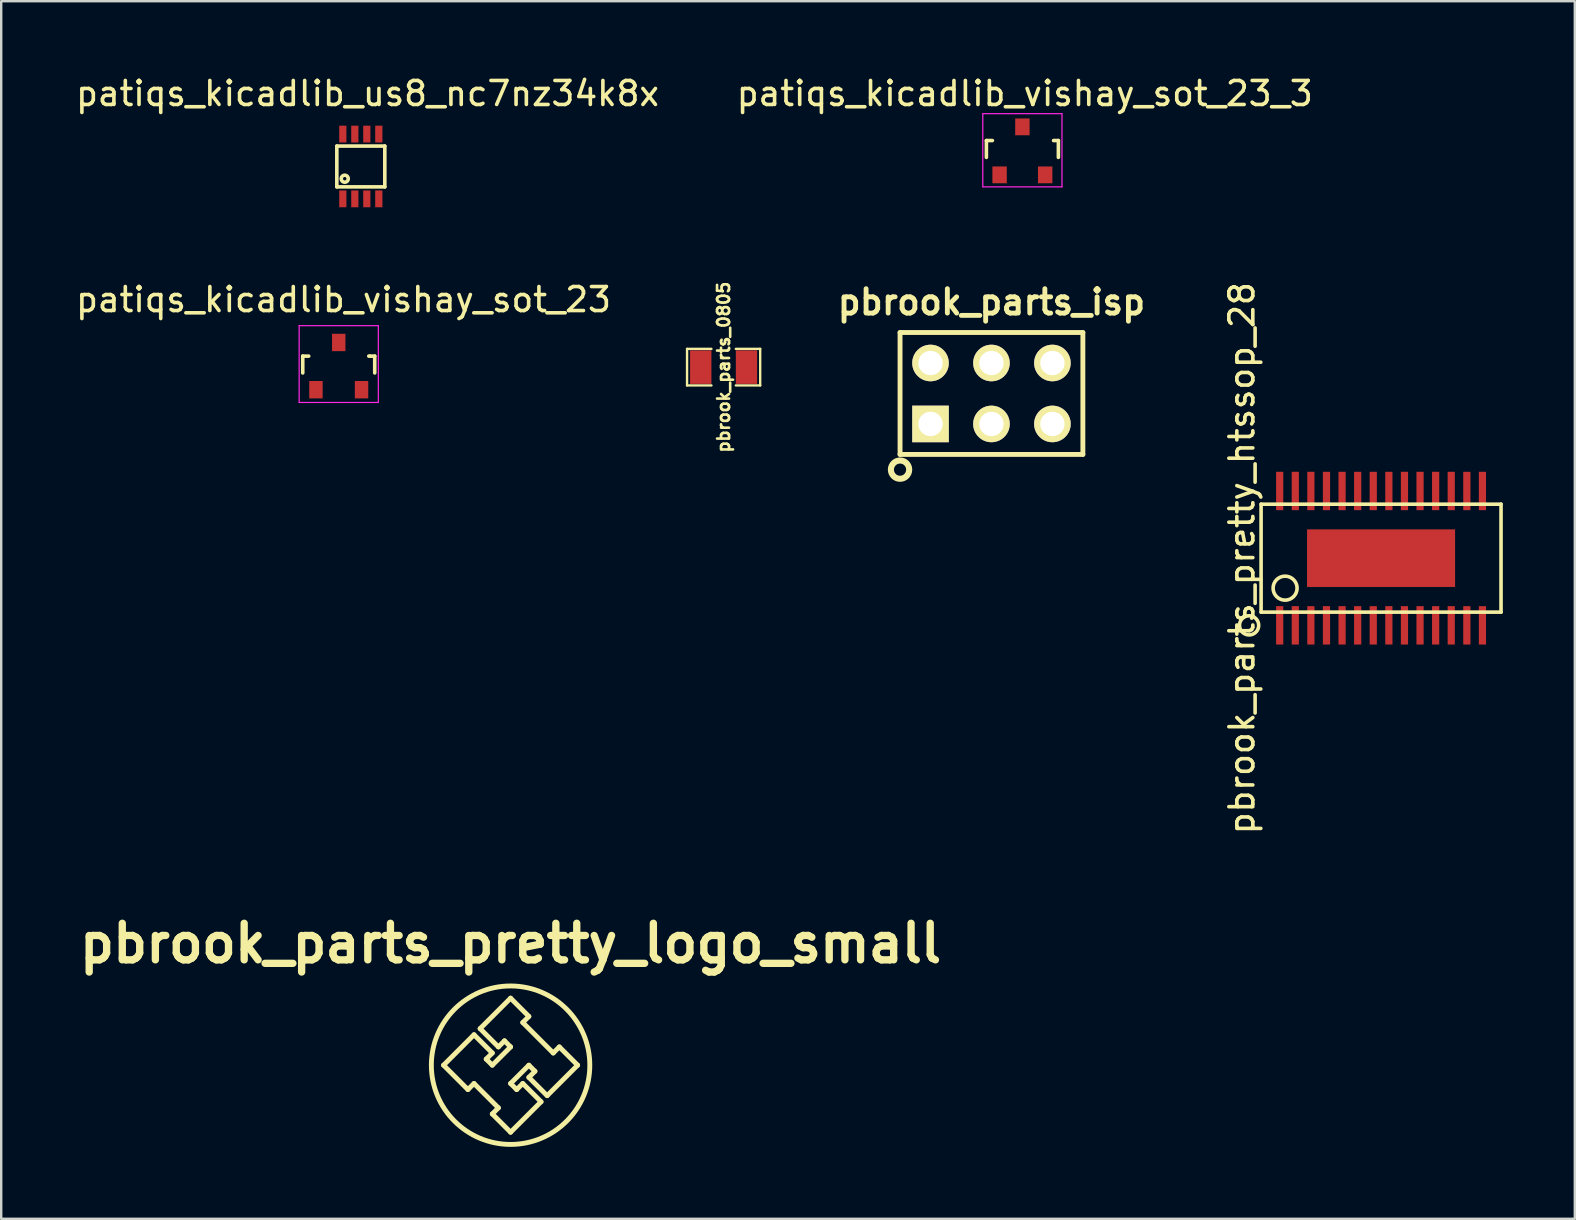
<source format=kicad_pcb>
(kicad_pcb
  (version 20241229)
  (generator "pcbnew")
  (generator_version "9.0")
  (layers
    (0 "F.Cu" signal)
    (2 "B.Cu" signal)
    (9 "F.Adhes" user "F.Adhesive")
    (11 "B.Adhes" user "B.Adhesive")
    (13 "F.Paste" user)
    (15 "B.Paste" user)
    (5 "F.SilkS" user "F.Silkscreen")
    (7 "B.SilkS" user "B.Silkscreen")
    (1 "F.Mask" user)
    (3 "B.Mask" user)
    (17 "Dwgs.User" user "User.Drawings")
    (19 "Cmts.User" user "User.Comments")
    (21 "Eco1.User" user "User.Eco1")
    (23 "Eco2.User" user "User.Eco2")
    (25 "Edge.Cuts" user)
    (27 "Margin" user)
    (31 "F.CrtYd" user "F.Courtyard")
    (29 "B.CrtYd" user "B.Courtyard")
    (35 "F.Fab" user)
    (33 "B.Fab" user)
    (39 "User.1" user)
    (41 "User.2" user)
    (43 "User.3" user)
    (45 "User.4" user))
  (footprint "pbrook_parts_pretty_htssop_28"
    (layer "F.Cu")
    (at 54.51 20.213)
    (property "Reference" "pbrook_parts_pretty_htssop_28" (at -5.8 0 270) (layer "F.SilkS") (effects (font (size 1 1) (thickness 0.15))))
    (attr through_hole)
    (fp_line (start -5 -2.25) (end -5 2.25) (stroke (width 0.15) (type solid)) (layer "F.SilkS"))
    (fp_line (start -5 2.25) (end 5 2.25) (stroke (width 0.15) (type solid)) (layer "F.SilkS"))
    (fp_line (start 5 -2.25) (end -5 -2.25) (stroke (width 0.15) (type solid)) (layer "F.SilkS"))
    (fp_line (start 5 2.25) (end 5 -2.25) (stroke (width 0.15) (type solid)) (layer "F.SilkS"))
    (fp_circle (center -5.5 2.8) (end -5.1 2.8) (stroke (width 0.15) (type solid)) (fill no) (layer "F.SilkS"))
    (fp_circle (center -4 1.25) (end -3.5 1.25) (stroke (width 0.15) (type solid)) (fill no) (layer "F.SilkS"))
    (pad "1" smd rect (at -4.225 2.8) (size 0.3 1.6) (layers "F.Cu" "F.Mask" "F.Paste"))
    (pad "2" smd rect (at -3.575 2.8) (size 0.3 1.6) (layers "F.Cu" "F.Mask" "F.Paste"))
    (pad "3" smd rect (at -2.925 2.8) (size 0.3 1.6) (layers "F.Cu" "F.Mask" "F.Paste"))
    (pad "4" smd rect (at -2.275 2.8) (size 0.3 1.6) (layers "F.Cu" "F.Mask" "F.Paste"))
    (pad "5" smd rect (at -1.625 2.8) (size 0.3 1.6) (layers "F.Cu" "F.Mask" "F.Paste"))
    (pad "6" smd rect (at -0.975 2.8) (size 0.3 1.6) (layers "F.Cu" "F.Mask" "F.Paste"))
    (pad "7" smd rect (at -0.325 2.8) (size 0.3 1.6) (layers "F.Cu" "F.Mask" "F.Paste"))
    (pad "8" smd rect (at 0.325 2.8) (size 0.3 1.6) (layers "F.Cu" "F.Mask" "F.Paste"))
    (pad "9" smd rect (at 0.975 2.8) (size 0.3 1.6) (layers "F.Cu" "F.Mask" "F.Paste"))
    (pad "10" smd rect (at 1.625 2.8) (size 0.3 1.6) (layers "F.Cu" "F.Mask" "F.Paste"))
    (pad "11" smd rect (at 2.275 2.8) (size 0.3 1.6) (layers "F.Cu" "F.Mask" "F.Paste"))
    (pad "12" smd rect (at 2.925 2.8) (size 0.3 1.6) (layers "F.Cu" "F.Mask" "F.Paste"))
    (pad "13" smd rect (at 3.575 2.8) (size 0.3 1.6) (layers "F.Cu" "F.Mask" "F.Paste"))
    (pad "14" smd rect (at 4.225 2.8) (size 0.3 1.6) (layers "F.Cu" "F.Mask" "F.Paste"))
    (pad "15" smd rect (at 4.225 -2.8) (size 0.3 1.6) (layers "F.Cu" "F.Mask" "F.Paste"))
    (pad "16" smd rect (at 3.575 -2.8) (size 0.3 1.6) (layers "F.Cu" "F.Mask" "F.Paste"))
    (pad "17" smd rect (at 2.925 -2.8) (size 0.3 1.6) (layers "F.Cu" "F.Mask" "F.Paste"))
    (pad "18" smd rect (at 2.275 -2.8) (size 0.3 1.6) (layers "F.Cu" "F.Mask" "F.Paste"))
    (pad "19" smd rect (at 1.625 -2.8) (size 0.3 1.6) (layers "F.Cu" "F.Mask" "F.Paste"))
    (pad "20" smd rect (at 0.975 -2.8) (size 0.3 1.6) (layers "F.Cu" "F.Mask" "F.Paste"))
    (pad "21" smd rect (at 0.325 -2.8) (size 0.3 1.6) (layers "F.Cu" "F.Mask" "F.Paste"))
    (pad "22" smd rect (at -0.325 -2.8) (size 0.3 1.6) (layers "F.Cu" "F.Mask" "F.Paste"))
    (pad "23" smd rect (at -0.975 -2.8) (size 0.3 1.6) (layers "F.Cu" "F.Mask" "F.Paste"))
    (pad "24" smd rect (at -1.625 -2.8) (size 0.3 1.6) (layers "F.Cu" "F.Mask" "F.Paste"))
    (pad "25" smd rect (at -2.275 -2.8) (size 0.3 1.6) (layers "F.Cu" "F.Mask" "F.Paste"))
    (pad "26" smd rect (at -2.925 -2.8) (size 0.3 1.6) (layers "F.Cu" "F.Mask" "F.Paste"))
    (pad "27" smd rect (at -3.575 -2.8) (size 0.3 1.6) (layers "F.Cu" "F.Mask" "F.Paste"))
    (pad "28" smd rect (at -4.225 -2.8) (size 0.3 1.6) (layers "F.Cu" "F.Mask" "F.Paste"))
    (pad "29" smd rect (at 0 0) (size 6.17 2.4) (layers "F.Cu" "F.Mask" "F.Paste")))
  (footprint "patiqs_kicadlib_vishay_sot_23"
    (layer "F.Cu")
    (at 11.068 12.207)
    (property "Reference" "patiqs_kicadlib_vishay_sot_23" (at 0.2 -2.77 0) (layer "F.SilkS") (effects (font (size 1 1) (thickness 0.15))))
    (attr smd)
    (fp_line (start -1.5 -0.415) (end -1.251 -0.415) (stroke (width 0.15) (type solid)) (layer "F.SilkS"))
    (fp_line (start -1.5 0.286) (end -1.5 -0.415) (stroke (width 0.15) (type solid)) (layer "F.SilkS"))
    (fp_line (start 1.299 -0.415) (end 1.251 -0.415) (stroke (width 0.15) (type solid)) (layer "F.SilkS"))
    (fp_line (start 1.299 -0.415) (end 1.5 -0.415) (stroke (width 0.15) (type solid)) (layer "F.SilkS"))
    (fp_line (start 1.5 -0.415) (end 1.5 0.286) (stroke (width 0.15) (type solid)) (layer "F.SilkS"))
    (fp_line (start -1.65 -1.684) (end 1.65 -1.684) (stroke (width 0.05) (type solid)) (layer "F.CrtYd"))
    (fp_line (start -1.65 1.516) (end -1.65 -1.684) (stroke (width 0.05) (type solid)) (layer "F.CrtYd"))
    (fp_line (start 1.65 -1.684) (end 1.65 1.516) (stroke (width 0.05) (type solid)) (layer "F.CrtYd"))
    (fp_line (start 1.65 1.516) (end -1.65 1.516) (stroke (width 0.05) (type solid)) (layer "F.CrtYd"))
    (pad "D" smd rect (at 0 -0.984) (size 0.559 0.724) (layers "F.Cu" "F.Mask" "F.Paste"))
    (pad "G" smd rect (at -0.95 0.985) (size 0.559 0.724) (layers "F.Cu" "F.Mask" "F.Paste"))
    (pad "S" smd rect (at 0.95 0.985) (size 0.559 0.724) (layers "F.Cu" "F.Mask" "F.Paste")))
  (footprint "patiqs_kicadlib_us8_nc7nz34k8x"
    (layer "F.Cu")
    (at 11.988 3.888)
    (property "Reference" "patiqs_kicadlib_us8_nc7nz34k8x" (at 0.28 -3.04 0) (layer "F.SilkS") (effects (font (size 1 1) (thickness 0.15))))
    (attr through_hole)
    (fp_line (start -1 -0.85) (end 1 -0.85) (stroke (width 0.15) (type solid)) (layer "F.SilkS"))
    (fp_line (start -1 0.85) (end -1 -0.85) (stroke (width 0.15) (type solid)) (layer "F.SilkS"))
    (fp_line (start 1 -0.85) (end 1 0.85) (stroke (width 0.15) (type solid)) (layer "F.SilkS"))
    (fp_line (start 1 0.85) (end -1 0.85) (stroke (width 0.15) (type solid)) (layer "F.SilkS"))
    (fp_circle (center -0.67 0.51) (end -0.54 0.44) (stroke (width 0.15) (type solid)) (fill no) (layer "F.SilkS"))
    (pad "1" smd rect (at -0.75 1.35) (size 0.3 0.7) (layers "F.Cu" "F.Mask" "F.Paste"))
    (pad "2" smd rect (at -0.25 1.35) (size 0.3 0.7) (layers "F.Cu" "F.Mask" "F.Paste"))
    (pad "3" smd rect (at 0.25 1.35) (size 0.3 0.7) (layers "F.Cu" "F.Mask" "F.Paste"))
    (pad "4" smd rect (at 0.75 1.35) (size 0.3 0.7) (layers "F.Cu" "F.Mask" "F.Paste"))
    (pad "5" smd rect (at 0.75 -1.35) (size 0.3 0.7) (layers "F.Cu" "F.Mask" "F.Paste"))
    (pad "6" smd rect (at 0.25 -1.35) (size 0.3 0.7) (layers "F.Cu" "F.Mask" "F.Paste"))
    (pad "7" smd rect (at -0.25 -1.35) (size 0.3 0.7) (layers "F.Cu" "F.Mask" "F.Paste"))
    (pad "8" smd rect (at -0.75 -1.35) (size 0.3 0.7) (layers "F.Cu" "F.Mask" "F.Paste")))
  (footprint "pbrook_parts_isp"
    (layer "F.Cu")
    (at 38.272 13.349)
    (property "Reference" "pbrook_parts_isp" (at 0 -3.81 0) (layer "F.SilkS") (effects (font (size 1.016 1.016) (thickness 0.203))))
    (attr through_hole)
    (fp_line (start -3.81 -2.54) (end 3.81 -2.54) (stroke (width 0.203) (type solid)) (layer "F.SilkS"))
    (fp_line (start -3.81 2.54) (end -3.81 -2.54) (stroke (width 0.203) (type solid)) (layer "F.SilkS"))
    (fp_line (start 3.81 -2.54) (end 3.81 2.54) (stroke (width 0.203) (type solid)) (layer "F.SilkS"))
    (fp_line (start 3.81 2.54) (end -3.81 2.54) (stroke (width 0.203) (type solid)) (layer "F.SilkS"))
    (fp_circle (center -3.81 3.175) (end -3.429 3.175) (stroke (width 0.254) (type solid)) (fill no) (layer "F.SilkS"))
    (pad "1" thru_hole rect (at -2.54 1.27) (size 1.524 1.524) (drill 1.016) (layers "*.Cu" "*.Mask" "F.SilkS"))
    (pad "2" thru_hole circle (at -2.54 -1.27) (size 1.524 1.524) (drill 1.016) (layers "*.Cu" "*.Mask" "F.SilkS"))
    (pad "3" thru_hole circle (at 0 1.27) (size 1.524 1.524) (drill 1.016) (layers "*.Cu" "*.Mask" "F.SilkS"))
    (pad "4" thru_hole circle (at 0 -1.27) (size 1.524 1.524) (drill 1.016) (layers "*.Cu" "*.Mask" "F.SilkS"))
    (pad "5" thru_hole circle (at 2.54 1.27) (size 1.524 1.524) (drill 1.016) (layers "*.Cu" "*.Mask" "F.SilkS"))
    (pad "6" thru_hole circle (at 2.54 -1.27) (size 1.524 1.524) (drill 1.016) (layers "*.Cu" "*.Mask" "F.SilkS")))
  (footprint "pbrook_parts_0805"
    (layer "F.Cu")
    (at 27.109 12.252)
    (property "Reference" "pbrook_parts_0805" (at 0 0 90) (layer "F.SilkS") (effects (font (size 0.5 0.5) (thickness 0.109))))
    (attr smd)
    (fp_line (start -1.524 -0.762) (end -0.508 -0.762) (stroke (width 0.099) (type solid)) (layer "F.SilkS"))
    (fp_line (start -1.524 0.762) (end -1.524 -0.762) (stroke (width 0.099) (type solid)) (layer "F.SilkS"))
    (fp_line (start -0.508 0.762) (end -1.524 0.762) (stroke (width 0.099) (type solid)) (layer "F.SilkS"))
    (fp_line (start 0.508 -0.762) (end 1.524 -0.762) (stroke (width 0.099) (type solid)) (layer "F.SilkS"))
    (fp_line (start 1.524 -0.762) (end 1.524 0.762) (stroke (width 0.099) (type solid)) (layer "F.SilkS"))
    (fp_line (start 1.524 0.762) (end 0.508 0.762) (stroke (width 0.099) (type solid)) (layer "F.SilkS"))
    (pad "1" smd rect (at -0.953 0) (size 0.889 1.397) (layers "F.Cu" "F.Mask" "F.Paste"))
    (pad "2" smd rect (at 0.953 0) (size 0.889 1.397) (layers "F.Cu" "F.Mask" "F.Paste")))
  (footprint "pbrook_parts_pretty_logo_small"
    (layer "F.Cu")
    (at 18.23 41.345)
    (property "Reference" "pbrook_parts_pretty_logo_small" (at 0 -5.08 0) (layer "F.SilkS") (effects (font (size 1.524 1.524) (thickness 0.305))))
    (attr through_hole)
    (fp_line (start -2.794 0) (end -1.778 1.016) (stroke (width 0.203) (type solid)) (layer "F.SilkS"))
    (fp_line (start -1.778 1.016) (end -1.524 0.762) (stroke (width 0.203) (type solid)) (layer "F.SilkS"))
    (fp_line (start -1.524 -1.27) (end -2.794 0) (stroke (width 0.203) (type solid)) (layer "F.SilkS"))
    (fp_line (start -1.524 0.762) (end -0.508 1.778) (stroke (width 0.203) (type solid)) (layer "F.SilkS"))
    (fp_line (start -1.27 -1.524) (end -0.508 -0.762) (stroke (width 0.203) (type solid)) (layer "F.SilkS"))
    (fp_line (start -1.016 -0.254) (end -0.762 -0.508) (stroke (width 0.203) (type solid)) (layer "F.SilkS"))
    (fp_line (start -0.762 -0.508) (end -1.524 -1.27) (stroke (width 0.203) (type solid)) (layer "F.SilkS"))
    (fp_line (start -0.762 0) (end -1.016 -0.254) (stroke (width 0.203) (type solid)) (layer "F.SilkS"))
    (fp_line (start -0.762 2.032) (end 0 2.794) (stroke (width 0.203) (type solid)) (layer "F.SilkS"))
    (fp_line (start -0.508 -0.762) (end -0.254 -1.016) (stroke (width 0.203) (type solid)) (layer "F.SilkS"))
    (fp_line (start -0.508 1.778) (end -0.762 2.032) (stroke (width 0.203) (type solid)) (layer "F.SilkS"))
    (fp_line (start -0.254 -1.016) (end 0 -0.762) (stroke (width 0.203) (type solid)) (layer "F.SilkS"))
    (fp_line (start 0 -2.794) (end -1.27 -1.524) (stroke (width 0.203) (type solid)) (layer "F.SilkS"))
    (fp_line (start 0 -0.762) (end -0.762 0) (stroke (width 0.203) (type solid)) (layer "F.SilkS"))
    (fp_line (start 0 2.794) (end 1.27 1.524) (stroke (width 0.203) (type solid)) (layer "F.SilkS"))
    (fp_line (start 0.254 1.016) (end 0 0.762) (stroke (width 0.203) (type solid)) (layer "F.SilkS"))
    (fp_line (start 0.508 -1.778) (end 0.762 -2.032) (stroke (width 0.203) (type solid)) (layer "F.SilkS"))
    (fp_line (start 0.508 0.762) (end 0.254 1.016) (stroke (width 0.203) (type solid)) (layer "F.SilkS"))
    (fp_line (start 0.762 -2.032) (end 0 -2.794) (stroke (width 0.203) (type solid)) (layer "F.SilkS"))
    (fp_line (start 0.762 0) (end 0 0.762) (stroke (width 0.203) (type solid)) (layer "F.SilkS"))
    (fp_line (start 0.762 0) (end 1.016 0.254) (stroke (width 0.203) (type solid)) (layer "F.SilkS"))
    (fp_line (start 0.762 0.508) (end 1.524 1.27) (stroke (width 0.203) (type solid)) (layer "F.SilkS"))
    (fp_line (start 1.016 0.254) (end 0.762 0.508) (stroke (width 0.203) (type solid)) (layer "F.SilkS"))
    (fp_line (start 1.27 1.524) (end 0.508 0.762) (stroke (width 0.203) (type solid)) (layer "F.SilkS"))
    (fp_line (start 1.524 1.27) (end 2.794 0) (stroke (width 0.203) (type solid)) (layer "F.SilkS"))
    (fp_line (start 1.778 -0.508) (end 0.508 -1.778) (stroke (width 0.203) (type solid)) (layer "F.SilkS"))
    (fp_line (start 2.032 -0.762) (end 1.778 -0.508) (stroke (width 0.203) (type solid)) (layer "F.SilkS"))
    (fp_line (start 2.794 0) (end 2.032 -0.762) (stroke (width 0.203) (type solid)) (layer "F.SilkS"))
    (fp_circle (center 0 0) (end 0 3.302) (stroke (width 0.203) (type solid)) (fill no) (layer "F.SilkS")))
  (footprint "patiqs_kicadlib_vishay_sot_23_3"
    (layer "F.Cu")
    (at 39.561 3.238)
    (property "Reference" "patiqs_kicadlib_vishay_sot_23_3" (at 0.1 -2.39 0) (layer "F.SilkS") (effects (font (size 1 1) (thickness 0.15))))
    (attr smd)
    (fp_line (start -1.5 -0.43) (end -1.251 -0.43) (stroke (width 0.15) (type solid)) (layer "F.SilkS"))
    (fp_line (start -1.5 0.271) (end -1.5 -0.43) (stroke (width 0.15) (type solid)) (layer "F.SilkS"))
    (fp_line (start 1.299 -0.43) (end 1.5 -0.43) (stroke (width 0.15) (type solid)) (layer "F.SilkS"))
    (fp_line (start 1.5 -0.43) (end 1.5 0.271) (stroke (width 0.15) (type solid)) (layer "F.SilkS"))
    (fp_line (start -1.65 -1.55) (end 1.65 -1.55) (stroke (width 0.05) (type solid)) (layer "F.CrtYd"))
    (fp_line (start -1.65 1.5) (end -1.65 -1.55) (stroke (width 0.05) (type solid)) (layer "F.CrtYd"))
    (fp_line (start 1.65 -1.55) (end 1.65 1.5) (stroke (width 0.05) (type solid)) (layer "F.CrtYd"))
    (fp_line (start 1.65 1.5) (end -1.65 1.5) (stroke (width 0.05) (type solid)) (layer "F.CrtYd"))
    (pad "D" smd rect (at 0 -1) (size 0.6 0.7) (layers "F.Cu" "F.Mask" "F.Paste"))
    (pad "G" smd rect (at -0.95 1) (size 0.6 0.7) (layers "F.Cu" "F.Mask" "F.Paste"))
    (pad "S" smd rect (at 0.95 1) (size 0.6 0.7) (layers "F.Cu" "F.Mask" "F.Paste")))
  (gr_rect
    (start -3 -3)
    (end 62.585 47.748)
    (stroke (width 0.1) (type default))
    (fill no)
    (layer "Edge.Cuts")))
</source>
